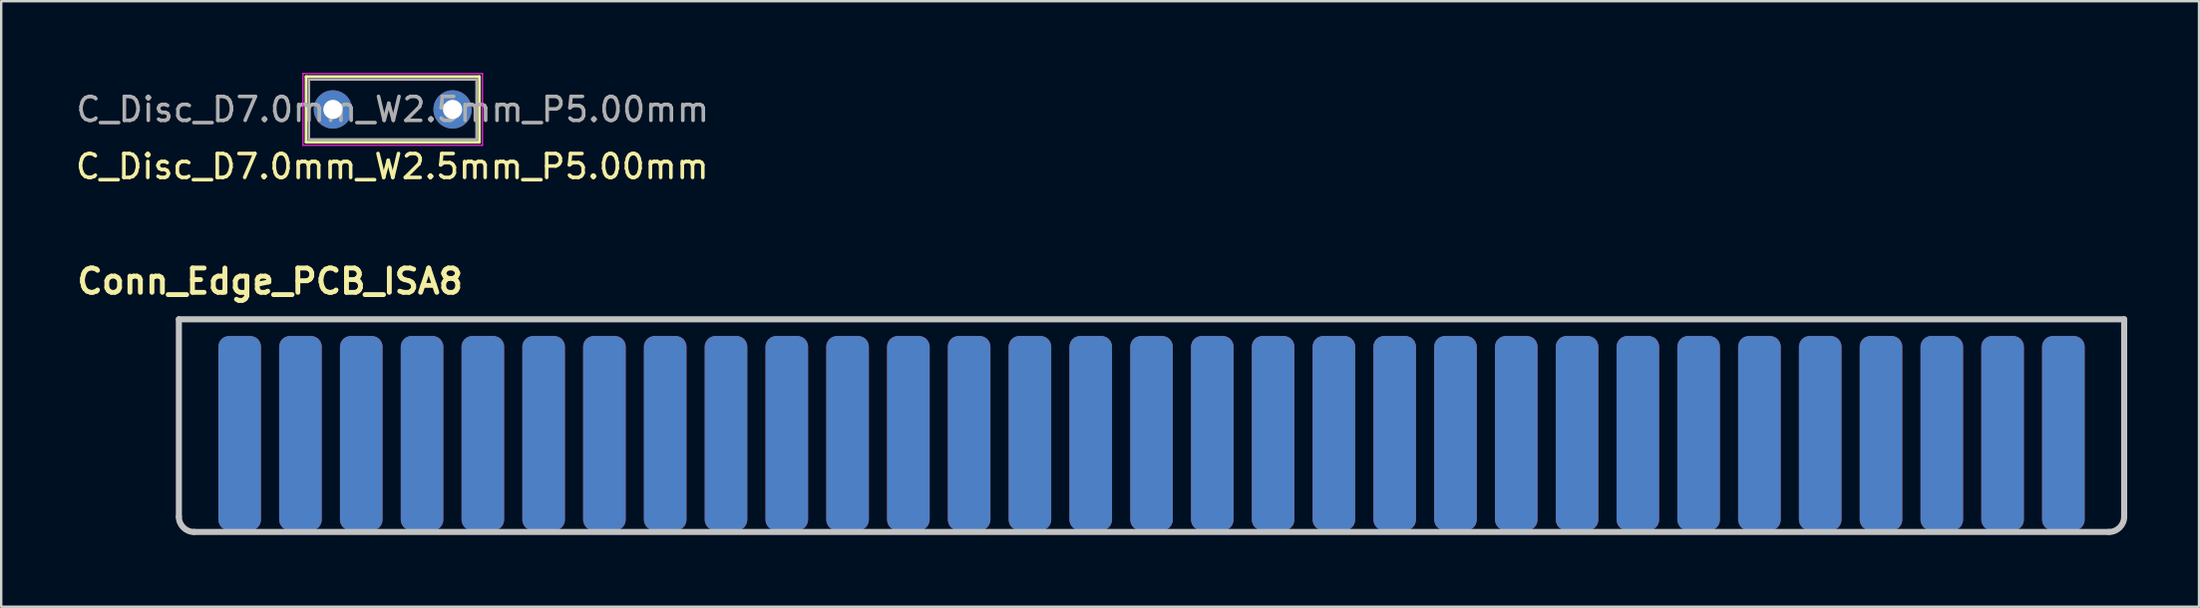
<source format=kicad_pcb>
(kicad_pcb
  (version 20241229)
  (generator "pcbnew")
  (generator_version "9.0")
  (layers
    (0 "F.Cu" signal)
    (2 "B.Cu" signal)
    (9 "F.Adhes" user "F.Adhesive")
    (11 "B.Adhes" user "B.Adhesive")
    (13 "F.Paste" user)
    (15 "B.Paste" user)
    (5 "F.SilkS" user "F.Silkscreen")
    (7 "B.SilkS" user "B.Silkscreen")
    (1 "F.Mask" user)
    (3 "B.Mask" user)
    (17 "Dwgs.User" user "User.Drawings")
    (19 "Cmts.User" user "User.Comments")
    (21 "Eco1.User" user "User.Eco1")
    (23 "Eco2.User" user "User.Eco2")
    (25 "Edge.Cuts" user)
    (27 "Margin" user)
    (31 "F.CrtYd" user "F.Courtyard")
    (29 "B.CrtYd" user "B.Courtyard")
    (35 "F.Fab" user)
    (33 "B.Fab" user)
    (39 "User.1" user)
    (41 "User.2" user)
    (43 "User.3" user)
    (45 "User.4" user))
  (footprint "Conn_Edge_PCB_ISA8"
    (layer "F.Cu")
    (at 45.064 15.061)
    (property "Reference" "Conn_Edge_PCB_ISA8" (at -36.83 -6.35 0) (layer "F.SilkS") (effects (font (size 1.016 1.016) (thickness 0.203))))
    (attr through_hole)
    (fp_line (start -40.64 3.493) (end -40.64 -4.763) (stroke (width 0.254) (type solid)) (layer "Dwgs.User"))
    (fp_line (start 40.005 4.128) (end -40.005 4.128) (stroke (width 0.254) (type solid)) (layer "Dwgs.User"))
    (fp_line (start 40.64 -4.763) (end -40.64 -4.763) (stroke (width 0.254) (type solid)) (layer "Dwgs.User"))
    (fp_line (start 40.64 3.493) (end 40.64 -4.763) (stroke (width 0.254) (type solid)) (layer "Dwgs.User"))
    (fp_arc (start -40.005 4.1275) (mid -40.454013 3.941513) (end -40.64 3.4925) (stroke (width 0.254) (type solid)) (layer "Dwgs.User"))
    (fp_arc (start 40.64 3.4925) (mid 40.454013 3.941513) (end 40.005 4.1275) (stroke (width 0.254) (type solid)) (layer "Dwgs.User"))
    (pad "1" connect roundrect (at 38.1 0) (size 1.778 8.128) (layers "B.Cu" "B.Mask") (roundrect_rratio 0.25))
    (pad "2" connect roundrect (at 35.56 0) (size 1.778 8.128) (layers "B.Cu" "B.Mask") (roundrect_rratio 0.25))
    (pad "3" connect roundrect (at 33.02 0) (size 1.778 8.128) (layers "B.Cu" "B.Mask") (roundrect_rratio 0.25))
    (pad "4" connect roundrect (at 30.48 0) (size 1.778 8.128) (layers "B.Cu" "B.Mask") (roundrect_rratio 0.25))
    (pad "5" connect roundrect (at 27.94 0) (size 1.778 8.128) (layers "B.Cu" "B.Mask") (roundrect_rratio 0.25))
    (pad "6" connect roundrect (at 25.4 0) (size 1.778 8.128) (layers "B.Cu" "B.Mask") (roundrect_rratio 0.25))
    (pad "7" connect roundrect (at 22.86 0) (size 1.778 8.128) (layers "B.Cu" "B.Mask") (roundrect_rratio 0.25))
    (pad "8" connect roundrect (at 20.32 0) (size 1.778 8.128) (layers "B.Cu" "B.Mask") (roundrect_rratio 0.25))
    (pad "9" connect roundrect (at 17.78 0) (size 1.778 8.128) (layers "B.Cu" "B.Mask") (roundrect_rratio 0.25))
    (pad "10" connect roundrect (at 15.24 0) (size 1.778 8.128) (layers "B.Cu" "B.Mask") (roundrect_rratio 0.25))
    (pad "11" connect roundrect (at 12.7 0) (size 1.778 8.128) (layers "B.Cu" "B.Mask") (roundrect_rratio 0.25))
    (pad "12" connect roundrect (at 10.16 0) (size 1.778 8.128) (layers "B.Cu" "B.Mask") (roundrect_rratio 0.25))
    (pad "13" connect roundrect (at 7.62 0) (size 1.778 8.128) (layers "B.Cu" "B.Mask") (roundrect_rratio 0.25))
    (pad "14" connect roundrect (at 5.08 0) (size 1.778 8.128) (layers "B.Cu" "B.Mask") (roundrect_rratio 0.25))
    (pad "15" connect roundrect (at 2.54 0) (size 1.778 8.128) (layers "B.Cu" "B.Mask") (roundrect_rratio 0.25))
    (pad "16" connect roundrect (at 0 0) (size 1.778 8.128) (layers "B.Cu" "B.Mask") (roundrect_rratio 0.25))
    (pad "17" connect roundrect (at -2.54 0) (size 1.778 8.128) (layers "B.Cu" "B.Mask") (roundrect_rratio 0.25))
    (pad "18" connect roundrect (at -5.08 0) (size 1.778 8.128) (layers "B.Cu" "B.Mask") (roundrect_rratio 0.25))
    (pad "19" connect roundrect (at -7.62 0) (size 1.778 8.128) (layers "B.Cu" "B.Mask") (roundrect_rratio 0.25))
    (pad "20" connect roundrect (at -10.16 0) (size 1.778 8.128) (layers "B.Cu" "B.Mask") (roundrect_rratio 0.25))
    (pad "21" connect roundrect (at -12.7 0) (size 1.778 8.128) (layers "B.Cu" "B.Mask") (roundrect_rratio 0.25))
    (pad "22" connect roundrect (at -15.24 0) (size 1.778 8.128) (layers "B.Cu" "B.Mask") (roundrect_rratio 0.25))
    (pad "23" connect roundrect (at -17.78 0) (size 1.778 8.128) (layers "B.Cu" "B.Mask") (roundrect_rratio 0.25))
    (pad "24" connect roundrect (at -20.32 0) (size 1.778 8.128) (layers "B.Cu" "B.Mask") (roundrect_rratio 0.25))
    (pad "25" connect roundrect (at -22.86 0) (size 1.778 8.128) (layers "B.Cu" "B.Mask") (roundrect_rratio 0.25))
    (pad "26" connect roundrect (at -25.4 0) (size 1.778 8.128) (layers "B.Cu" "B.Mask") (roundrect_rratio 0.25))
    (pad "27" connect roundrect (at -27.94 0) (size 1.778 8.128) (layers "B.Cu" "B.Mask") (roundrect_rratio 0.25))
    (pad "28" connect roundrect (at -30.48 0) (size 1.778 8.128) (layers "B.Cu" "B.Mask") (roundrect_rratio 0.25))
    (pad "29" connect roundrect (at -33.02 0) (size 1.778 8.128) (layers "B.Cu" "B.Mask") (roundrect_rratio 0.25))
    (pad "30" connect roundrect (at -35.56 0) (size 1.778 8.128) (layers "B.Cu" "B.Mask") (roundrect_rratio 0.25))
    (pad "31" connect roundrect (at -38.1 0) (size 1.778 8.128) (layers "B.Cu" "B.Mask") (roundrect_rratio 0.25))
    (pad "32" connect roundrect (at 38.1 0) (size 1.778 8.128) (layers "F.Cu" "F.Mask") (roundrect_rratio 0.25))
    (pad "33" connect roundrect (at 35.56 0) (size 1.778 8.128) (layers "F.Cu" "F.Mask") (roundrect_rratio 0.25))
    (pad "34" connect roundrect (at 33.02 0) (size 1.778 8.128) (layers "F.Cu" "F.Mask") (roundrect_rratio 0.25))
    (pad "35" connect roundrect (at 30.48 0) (size 1.778 8.128) (layers "F.Cu" "F.Mask") (roundrect_rratio 0.25))
    (pad "36" connect roundrect (at 27.94 0) (size 1.778 8.128) (layers "F.Cu" "F.Mask") (roundrect_rratio 0.25))
    (pad "37" connect roundrect (at 25.4 0) (size 1.778 8.128) (layers "F.Cu" "F.Mask") (roundrect_rratio 0.25))
    (pad "38" connect roundrect (at 22.86 0) (size 1.778 8.128) (layers "F.Cu" "F.Mask") (roundrect_rratio 0.25))
    (pad "39" connect roundrect (at 20.32 0) (size 1.778 8.128) (layers "F.Cu" "F.Mask") (roundrect_rratio 0.25))
    (pad "40" connect roundrect (at 17.78 0) (size 1.778 8.128) (layers "F.Cu" "F.Mask") (roundrect_rratio 0.25))
    (pad "41" connect roundrect (at 15.24 0) (size 1.778 8.128) (layers "F.Cu" "F.Mask") (roundrect_rratio 0.25))
    (pad "42" connect roundrect (at 12.7 0) (size 1.778 8.128) (layers "F.Cu" "F.Mask") (roundrect_rratio 0.25))
    (pad "43" connect roundrect (at 10.16 0) (size 1.778 8.128) (layers "F.Cu" "F.Mask") (roundrect_rratio 0.25))
    (pad "44" connect roundrect (at 7.62 0) (size 1.778 8.128) (layers "F.Cu" "F.Mask") (roundrect_rratio 0.25))
    (pad "45" connect roundrect (at 5.08 0) (size 1.778 8.128) (layers "F.Cu" "F.Mask") (roundrect_rratio 0.25))
    (pad "46" connect roundrect (at 2.54 0) (size 1.778 8.128) (layers "F.Cu" "F.Mask") (roundrect_rratio 0.25))
    (pad "47" connect roundrect (at 0 0) (size 1.778 8.128) (layers "F.Cu" "F.Mask") (roundrect_rratio 0.25))
    (pad "48" connect roundrect (at -2.54 0) (size 1.778 8.128) (layers "F.Cu" "F.Mask") (roundrect_rratio 0.25))
    (pad "49" connect roundrect (at -5.08 0) (size 1.778 8.128) (layers "F.Cu" "F.Mask") (roundrect_rratio 0.25))
    (pad "50" connect roundrect (at -7.62 0) (size 1.778 8.128) (layers "F.Cu" "F.Mask") (roundrect_rratio 0.25))
    (pad "51" connect roundrect (at -10.16 0) (size 1.778 8.128) (layers "F.Cu" "F.Mask") (roundrect_rratio 0.25))
    (pad "52" connect roundrect (at -12.7 0) (size 1.778 8.128) (layers "F.Cu" "F.Mask") (roundrect_rratio 0.25))
    (pad "53" connect roundrect (at -15.24 0) (size 1.778 8.128) (layers "F.Cu" "F.Mask") (roundrect_rratio 0.25))
    (pad "54" connect roundrect (at -17.78 0) (size 1.778 8.128) (layers "F.Cu" "F.Mask") (roundrect_rratio 0.25))
    (pad "55" connect roundrect (at -20.32 0) (size 1.778 8.128) (layers "F.Cu" "F.Mask") (roundrect_rratio 0.25))
    (pad "56" connect roundrect (at -22.86 0) (size 1.778 8.128) (layers "F.Cu" "F.Mask") (roundrect_rratio 0.25))
    (pad "57" connect roundrect (at -25.4 0) (size 1.778 8.128) (layers "F.Cu" "F.Mask") (roundrect_rratio 0.25))
    (pad "58" connect roundrect (at -27.94 0) (size 1.778 8.128) (layers "F.Cu" "F.Mask") (roundrect_rratio 0.25))
    (pad "59" connect roundrect (at -30.48 0) (size 1.778 8.128) (layers "F.Cu" "F.Mask") (roundrect_rratio 0.25))
    (pad "60" connect roundrect (at -33.02 0) (size 1.778 8.128) (layers "F.Cu" "F.Mask") (roundrect_rratio 0.25))
    (pad "61" connect roundrect (at -35.56 0) (size 1.778 8.128) (layers "F.Cu" "F.Mask") (roundrect_rratio 0.25))
    (pad "62" connect roundrect (at -38.1 0) (size 1.778 8.128) (layers "F.Cu" "F.Mask") (roundrect_rratio 0.25)))
  (footprint "C_Disc_D7.0mm_W2.5mm_P5.00mm"
    (layer "F.Cu")
    (at 10.86 1.525)
    (property "Reference" "C_Disc_D7.0mm_W2.5mm_P5.00mm" (at 2.479 2.387 180) (layer "F.SilkS") (effects (font (size 1 1) (thickness 0.15))))
    (attr through_hole)
    (fp_line (start -1.12 -1.37) (end -1.12 1.37) (stroke (width 0.12) (type solid)) (layer "F.SilkS"))
    (fp_line (start -1.12 -1.37) (end 6.12 -1.37) (stroke (width 0.12) (type solid)) (layer "F.SilkS"))
    (fp_line (start -1.12 1.37) (end 6.12 1.37) (stroke (width 0.12) (type solid)) (layer "F.SilkS"))
    (fp_line (start 6.12 -1.37) (end 6.12 1.37) (stroke (width 0.12) (type solid)) (layer "F.SilkS"))
    (fp_line (start -1.25 -1.5) (end -1.25 1.5) (stroke (width 0.05) (type solid)) (layer "F.CrtYd"))
    (fp_line (start -1.25 1.5) (end 6.25 1.5) (stroke (width 0.05) (type solid)) (layer "F.CrtYd"))
    (fp_line (start 6.25 -1.5) (end -1.25 -1.5) (stroke (width 0.05) (type solid)) (layer "F.CrtYd"))
    (fp_line (start 6.25 1.5) (end 6.25 -1.5) (stroke (width 0.05) (type solid)) (layer "F.CrtYd"))
    (fp_line (start -1 -1.25) (end -1 1.25) (stroke (width 0.1) (type solid)) (layer "F.Fab"))
    (fp_line (start -1 1.25) (end 6 1.25) (stroke (width 0.1) (type solid)) (layer "F.Fab"))
    (fp_line (start 6 -1.25) (end -1 -1.25) (stroke (width 0.1) (type solid)) (layer "F.Fab"))
    (fp_line (start 6 1.25) (end 6 -1.25) (stroke (width 0.1) (type solid)) (layer "F.Fab"))
    (fp_text user "${REFERENCE}" (at 2.5 0 180) (layer "F.Fab") (effects (font (size 1 1) (thickness 0.15))))
    (pad "1" thru_hole circle (at 0 0) (size 1.6 1.6) (drill 0.8) (layers "*.Cu" "*.Mask"))
    (pad "2" thru_hole circle (at 5 0) (size 1.6 1.6) (drill 0.8) (layers "*.Cu" "*.Mask")))
  (gr_rect
    (start -3 -3)
    (end 88.831 22.316)
    (stroke (width 0.1) (type default))
    (fill no)
    (layer "Edge.Cuts")))
</source>
